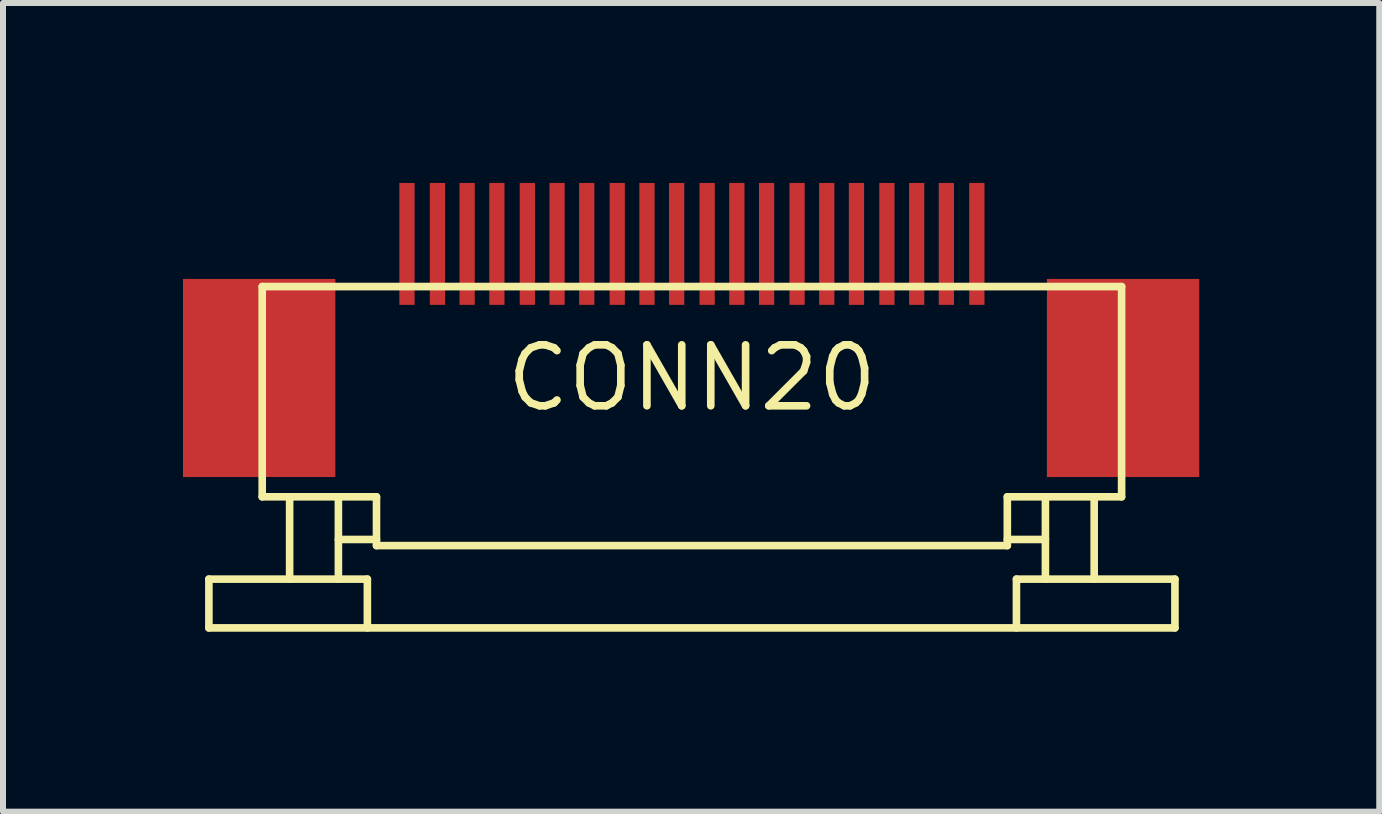
<source format=kicad_pcb>
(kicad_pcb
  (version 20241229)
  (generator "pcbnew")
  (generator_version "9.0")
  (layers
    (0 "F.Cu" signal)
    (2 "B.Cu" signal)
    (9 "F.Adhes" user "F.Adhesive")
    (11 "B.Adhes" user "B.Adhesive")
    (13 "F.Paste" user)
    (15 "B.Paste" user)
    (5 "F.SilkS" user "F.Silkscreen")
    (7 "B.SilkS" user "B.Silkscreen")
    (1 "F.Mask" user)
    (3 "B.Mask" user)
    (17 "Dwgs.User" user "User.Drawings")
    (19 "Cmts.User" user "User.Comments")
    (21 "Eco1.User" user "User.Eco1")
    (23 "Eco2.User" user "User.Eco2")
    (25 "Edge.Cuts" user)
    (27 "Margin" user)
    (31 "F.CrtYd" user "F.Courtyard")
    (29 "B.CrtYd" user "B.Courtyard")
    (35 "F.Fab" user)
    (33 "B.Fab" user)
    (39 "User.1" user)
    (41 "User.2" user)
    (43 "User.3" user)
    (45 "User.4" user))
  (footprint "CONN20"
    (layer "F.Cu")
    (at 8.484 4.267)
    (property "Reference" "CONN20" (at 0 -1.016 0) (layer "F.SilkS") (effects (font (size 1.016 1.016) (thickness 0.127))))
    (attr smd)
    (fp_line (start -8.052 2.337) (end -5.41 2.337) (stroke (width 0.127) (type solid)) (layer "F.SilkS"))
    (fp_line (start -8.052 3.15) (end -8.052 2.337) (stroke (width 0.127) (type solid)) (layer "F.SilkS"))
    (fp_line (start -8.052 3.15) (end 8.052 3.15) (stroke (width 0.127) (type solid)) (layer "F.SilkS"))
    (fp_line (start -7.163 -2.54) (end -7.163 0.965) (stroke (width 0.127) (type solid)) (layer "F.SilkS"))
    (fp_line (start -7.163 -2.54) (end 7.163 -2.54) (stroke (width 0.127) (type solid)) (layer "F.SilkS"))
    (fp_line (start -7.163 0.965) (end -5.258 0.965) (stroke (width 0.127) (type solid)) (layer "F.SilkS"))
    (fp_line (start -6.706 0.965) (end -6.706 2.337) (stroke (width 0.127) (type solid)) (layer "F.SilkS"))
    (fp_line (start -5.893 0.965) (end -5.893 2.337) (stroke (width 0.127) (type solid)) (layer "F.SilkS"))
    (fp_line (start -5.41 2.337) (end -5.41 3.15) (stroke (width 0.127) (type solid)) (layer "F.SilkS"))
    (fp_line (start -5.258 0.965) (end -5.258 1.778) (stroke (width 0.127) (type solid)) (layer "F.SilkS"))
    (fp_line (start -5.258 1.676) (end -5.893 1.676) (stroke (width 0.127) (type solid)) (layer "F.SilkS"))
    (fp_line (start -5.258 1.778) (end 5.258 1.778) (stroke (width 0.127) (type solid)) (layer "F.SilkS"))
    (fp_line (start 5.258 0.965) (end 7.163 0.965) (stroke (width 0.127) (type solid)) (layer "F.SilkS"))
    (fp_line (start 5.258 1.676) (end 5.893 1.676) (stroke (width 0.127) (type solid)) (layer "F.SilkS"))
    (fp_line (start 5.258 1.778) (end 5.258 0.965) (stroke (width 0.127) (type solid)) (layer "F.SilkS"))
    (fp_line (start 5.41 2.337) (end 5.41 3.15) (stroke (width 0.127) (type solid)) (layer "F.SilkS"))
    (fp_line (start 5.893 0.965) (end 5.893 2.337) (stroke (width 0.127) (type solid)) (layer "F.SilkS"))
    (fp_line (start 6.706 0.965) (end 6.706 2.337) (stroke (width 0.127) (type solid)) (layer "F.SilkS"))
    (fp_line (start 7.163 0.965) (end 7.163 -2.54) (stroke (width 0.127) (type solid)) (layer "F.SilkS"))
    (fp_line (start 8.052 2.337) (end 5.41 2.337) (stroke (width 0.127) (type solid)) (layer "F.SilkS"))
    (fp_line (start 8.052 3.15) (end 8.052 2.337) (stroke (width 0.127) (type solid)) (layer "F.SilkS"))
    (pad "" smd rect (at -7.214 -1.016) (size 2.54 3.302) (layers "F.Cu" "F.Mask" "F.Paste"))
    (pad "" smd rect (at 7.188 -1.016) (size 2.54 3.302) (layers "F.Cu" "F.Mask" "F.Paste"))
    (pad "1" smd rect (at -4.75 -3.251) (size 0.254 2.032) (layers "F.Cu" "F.Mask" "F.Paste"))
    (pad "2" smd rect (at -4.242 -3.251) (size 0.254 2.032) (layers "F.Cu" "F.Mask" "F.Paste"))
    (pad "3" smd rect (at -3.747 -3.251) (size 0.254 2.032) (layers "F.Cu" "F.Mask" "F.Paste"))
    (pad "4" smd rect (at -3.251 -3.251) (size 0.254 2.032) (layers "F.Cu" "F.Mask" "F.Paste"))
    (pad "5" smd rect (at -2.743 -3.251) (size 0.254 2.032) (layers "F.Cu" "F.Mask" "F.Paste"))
    (pad "6" smd rect (at -2.248 -3.251) (size 0.254 2.032) (layers "F.Cu" "F.Mask" "F.Paste"))
    (pad "7" smd rect (at -1.753 -3.251) (size 0.254 2.032) (layers "F.Cu" "F.Mask" "F.Paste"))
    (pad "8" smd rect (at -1.245 -3.251) (size 0.254 2.032) (layers "F.Cu" "F.Mask" "F.Paste"))
    (pad "9" smd rect (at -0.749 -3.251) (size 0.254 2.032) (layers "F.Cu" "F.Mask" "F.Paste"))
    (pad "10" smd rect (at -0.254 -3.251) (size 0.254 2.032) (layers "F.Cu" "F.Mask" "F.Paste"))
    (pad "11" smd rect (at 0.254 -3.251) (size 0.254 2.032) (layers "F.Cu" "F.Mask" "F.Paste"))
    (pad "12" smd rect (at 0.749 -3.251) (size 0.254 2.032) (layers "F.Cu" "F.Mask" "F.Paste"))
    (pad "13" smd rect (at 1.245 -3.251) (size 0.254 2.032) (layers "F.Cu" "F.Mask" "F.Paste"))
    (pad "14" smd rect (at 1.753 -3.251) (size 0.254 2.032) (layers "F.Cu" "F.Mask" "F.Paste"))
    (pad "15" smd rect (at 2.248 -3.251) (size 0.254 2.032) (layers "F.Cu" "F.Mask" "F.Paste"))
    (pad "16" smd rect (at 2.743 -3.251) (size 0.254 2.032) (layers "F.Cu" "F.Mask" "F.Paste"))
    (pad "17" smd rect (at 3.251 -3.251) (size 0.254 2.032) (layers "F.Cu" "F.Mask" "F.Paste"))
    (pad "18" smd rect (at 3.747 -3.251) (size 0.254 2.032) (layers "F.Cu" "F.Mask" "F.Paste"))
    (pad "19" smd rect (at 4.242 -3.251) (size 0.254 2.032) (layers "F.Cu" "F.Mask" "F.Paste"))
    (pad "20" smd rect (at 4.75 -3.251) (size 0.254 2.032) (layers "F.Cu" "F.Mask" "F.Paste")))
  (gr_rect
    (start -3 -3)
    (end 19.942 10.48)
    (stroke (width 0.1) (type default))
    (fill no)
    (layer "Edge.Cuts")))
</source>
